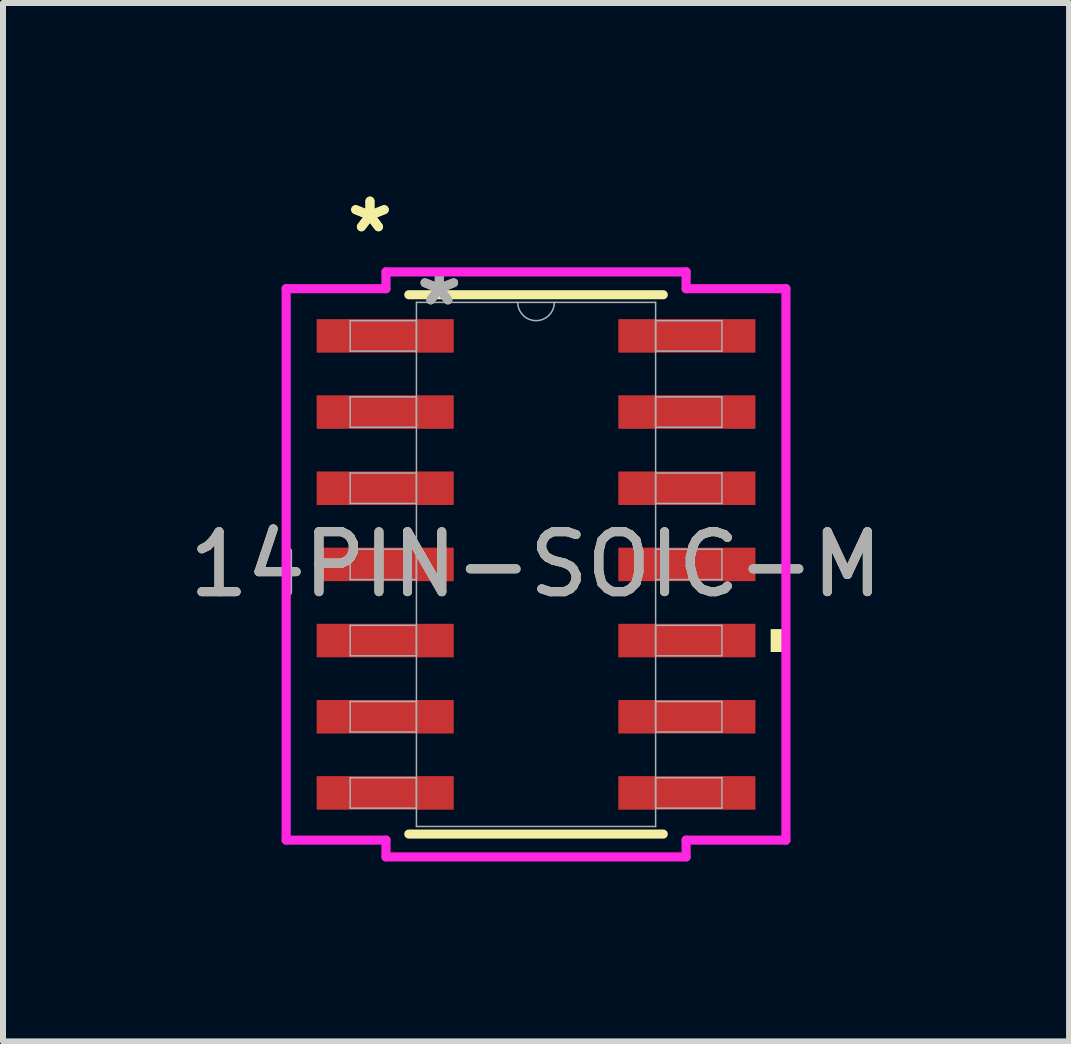
<source format=kicad_pcb>
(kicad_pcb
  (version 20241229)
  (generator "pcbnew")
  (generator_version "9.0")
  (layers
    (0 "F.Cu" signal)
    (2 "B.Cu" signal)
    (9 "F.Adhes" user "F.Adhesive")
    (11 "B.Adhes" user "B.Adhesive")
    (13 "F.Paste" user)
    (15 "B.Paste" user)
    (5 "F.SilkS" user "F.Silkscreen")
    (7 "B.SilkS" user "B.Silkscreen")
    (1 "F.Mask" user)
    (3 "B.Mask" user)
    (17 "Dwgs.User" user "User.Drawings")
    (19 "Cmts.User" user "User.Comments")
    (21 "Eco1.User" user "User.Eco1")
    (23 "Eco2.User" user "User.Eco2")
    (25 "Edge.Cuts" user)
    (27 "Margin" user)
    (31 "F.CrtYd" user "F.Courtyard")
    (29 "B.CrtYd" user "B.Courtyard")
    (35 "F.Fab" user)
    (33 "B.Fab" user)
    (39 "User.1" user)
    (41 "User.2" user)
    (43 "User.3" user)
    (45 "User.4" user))
  (footprint "14PIN-SOIC-M"
    (layer "F.Cu")
    (at 5.887 6.36)
    (property "Reference" "14PIN-SOIC-M" (at 0 0 0) (unlocked yes) (layer "F.SilkS") (effects (font (size 1 1) (thickness 0.15))))
    (attr smd)
    (fp_line (start -2.121 4.496) (end 2.121 4.496) (stroke (width 0.152) (type solid)) (layer "F.SilkS"))
    (fp_line (start 2.121 -4.496) (end -2.121 -4.496) (stroke (width 0.152) (type solid)) (layer "F.SilkS"))
    (fp_poly (pts (xy 4.166 1.079) (xy 4.166 1.46) (xy 3.912 1.46) (xy 3.912 1.079)) (stroke (width 0) (type solid)) (fill yes) (layer "F.SilkS"))
    (fp_line (start -4.166 -4.597) (end -2.502 -4.597) (stroke (width 0.152) (type solid)) (layer "F.CrtYd"))
    (fp_line (start -4.166 4.597) (end -4.166 -4.597) (stroke (width 0.152) (type solid)) (layer "F.CrtYd"))
    (fp_line (start -4.166 4.597) (end -2.502 4.597) (stroke (width 0.152) (type solid)) (layer "F.CrtYd"))
    (fp_line (start -2.502 -4.877) (end 2.502 -4.877) (stroke (width 0.152) (type solid)) (layer "F.CrtYd"))
    (fp_line (start -2.502 -4.597) (end -2.502 -4.877) (stroke (width 0.152) (type solid)) (layer "F.CrtYd"))
    (fp_line (start -2.502 4.877) (end -2.502 4.597) (stroke (width 0.152) (type solid)) (layer "F.CrtYd"))
    (fp_line (start 2.502 -4.877) (end 2.502 -4.597) (stroke (width 0.152) (type solid)) (layer "F.CrtYd"))
    (fp_line (start 2.502 4.597) (end 2.502 4.877) (stroke (width 0.152) (type solid)) (layer "F.CrtYd"))
    (fp_line (start 2.502 4.877) (end -2.502 4.877) (stroke (width 0.152) (type solid)) (layer "F.CrtYd"))
    (fp_line (start 4.166 -4.597) (end 2.502 -4.597) (stroke (width 0.152) (type solid)) (layer "F.CrtYd"))
    (fp_line (start 4.166 -4.597) (end 4.166 4.597) (stroke (width 0.152) (type solid)) (layer "F.CrtYd"))
    (fp_line (start 4.166 4.597) (end 2.502 4.597) (stroke (width 0.152) (type solid)) (layer "F.CrtYd"))
    (fp_line (start -3.099 -4.064) (end -3.099 -3.556) (stroke (width 0.025) (type solid)) (layer "F.Fab"))
    (fp_line (start -3.099 -3.556) (end -1.994 -3.556) (stroke (width 0.025) (type solid)) (layer "F.Fab"))
    (fp_line (start -3.099 -2.794) (end -3.099 -2.286) (stroke (width 0.025) (type solid)) (layer "F.Fab"))
    (fp_line (start -3.099 -2.286) (end -1.994 -2.286) (stroke (width 0.025) (type solid)) (layer "F.Fab"))
    (fp_line (start -3.099 -1.524) (end -3.099 -1.016) (stroke (width 0.025) (type solid)) (layer "F.Fab"))
    (fp_line (start -3.099 -1.016) (end -1.994 -1.016) (stroke (width 0.025) (type solid)) (layer "F.Fab"))
    (fp_line (start -3.099 -0.254) (end -3.099 0.254) (stroke (width 0.025) (type solid)) (layer "F.Fab"))
    (fp_line (start -3.099 0.254) (end -1.994 0.254) (stroke (width 0.025) (type solid)) (layer "F.Fab"))
    (fp_line (start -3.099 1.016) (end -3.099 1.524) (stroke (width 0.025) (type solid)) (layer "F.Fab"))
    (fp_line (start -3.099 1.524) (end -1.994 1.524) (stroke (width 0.025) (type solid)) (layer "F.Fab"))
    (fp_line (start -3.099 2.286) (end -3.099 2.794) (stroke (width 0.025) (type solid)) (layer "F.Fab"))
    (fp_line (start -3.099 2.794) (end -1.994 2.794) (stroke (width 0.025) (type solid)) (layer "F.Fab"))
    (fp_line (start -3.099 3.556) (end -3.099 4.064) (stroke (width 0.025) (type solid)) (layer "F.Fab"))
    (fp_line (start -3.099 4.064) (end -1.994 4.064) (stroke (width 0.025) (type solid)) (layer "F.Fab"))
    (fp_line (start -1.994 -4.369) (end -1.994 4.369) (stroke (width 0.025) (type solid)) (layer "F.Fab"))
    (fp_line (start -1.994 -4.064) (end -3.099 -4.064) (stroke (width 0.025) (type solid)) (layer "F.Fab"))
    (fp_line (start -1.994 -3.556) (end -1.994 -4.064) (stroke (width 0.025) (type solid)) (layer "F.Fab"))
    (fp_line (start -1.994 -2.794) (end -3.099 -2.794) (stroke (width 0.025) (type solid)) (layer "F.Fab"))
    (fp_line (start -1.994 -2.286) (end -1.994 -2.794) (stroke (width 0.025) (type solid)) (layer "F.Fab"))
    (fp_line (start -1.994 -1.524) (end -3.099 -1.524) (stroke (width 0.025) (type solid)) (layer "F.Fab"))
    (fp_line (start -1.994 -1.016) (end -1.994 -1.524) (stroke (width 0.025) (type solid)) (layer "F.Fab"))
    (fp_line (start -1.994 -0.254) (end -3.099 -0.254) (stroke (width 0.025) (type solid)) (layer "F.Fab"))
    (fp_line (start -1.994 0.254) (end -1.994 -0.254) (stroke (width 0.025) (type solid)) (layer "F.Fab"))
    (fp_line (start -1.994 1.016) (end -3.099 1.016) (stroke (width 0.025) (type solid)) (layer "F.Fab"))
    (fp_line (start -1.994 1.524) (end -1.994 1.016) (stroke (width 0.025) (type solid)) (layer "F.Fab"))
    (fp_line (start -1.994 2.286) (end -3.099 2.286) (stroke (width 0.025) (type solid)) (layer "F.Fab"))
    (fp_line (start -1.994 2.794) (end -1.994 2.286) (stroke (width 0.025) (type solid)) (layer "F.Fab"))
    (fp_line (start -1.994 3.556) (end -3.099 3.556) (stroke (width 0.025) (type solid)) (layer "F.Fab"))
    (fp_line (start -1.994 4.064) (end -1.994 3.556) (stroke (width 0.025) (type solid)) (layer "F.Fab"))
    (fp_line (start -1.994 4.369) (end 1.994 4.369) (stroke (width 0.025) (type solid)) (layer "F.Fab"))
    (fp_line (start 1.994 -4.369) (end -1.994 -4.369) (stroke (width 0.025) (type solid)) (layer "F.Fab"))
    (fp_line (start 1.994 -4.064) (end 1.994 -3.556) (stroke (width 0.025) (type solid)) (layer "F.Fab"))
    (fp_line (start 1.994 -3.556) (end 3.099 -3.556) (stroke (width 0.025) (type solid)) (layer "F.Fab"))
    (fp_line (start 1.994 -2.794) (end 1.994 -2.286) (stroke (width 0.025) (type solid)) (layer "F.Fab"))
    (fp_line (start 1.994 -2.286) (end 3.099 -2.286) (stroke (width 0.025) (type solid)) (layer "F.Fab"))
    (fp_line (start 1.994 -1.524) (end 1.994 -1.016) (stroke (width 0.025) (type solid)) (layer "F.Fab"))
    (fp_line (start 1.994 -1.016) (end 3.099 -1.016) (stroke (width 0.025) (type solid)) (layer "F.Fab"))
    (fp_line (start 1.994 -0.254) (end 1.994 0.254) (stroke (width 0.025) (type solid)) (layer "F.Fab"))
    (fp_line (start 1.994 0.254) (end 3.099 0.254) (stroke (width 0.025) (type solid)) (layer "F.Fab"))
    (fp_line (start 1.994 1.016) (end 1.994 1.524) (stroke (width 0.025) (type solid)) (layer "F.Fab"))
    (fp_line (start 1.994 1.524) (end 3.099 1.524) (stroke (width 0.025) (type solid)) (layer "F.Fab"))
    (fp_line (start 1.994 2.286) (end 1.994 2.794) (stroke (width 0.025) (type solid)) (layer "F.Fab"))
    (fp_line (start 1.994 2.794) (end 3.099 2.794) (stroke (width 0.025) (type solid)) (layer "F.Fab"))
    (fp_line (start 1.994 3.556) (end 1.994 4.064) (stroke (width 0.025) (type solid)) (layer "F.Fab"))
    (fp_line (start 1.994 4.064) (end 3.099 4.064) (stroke (width 0.025) (type solid)) (layer "F.Fab"))
    (fp_line (start 1.994 4.369) (end 1.994 -4.369) (stroke (width 0.025) (type solid)) (layer "F.Fab"))
    (fp_line (start 3.099 -4.064) (end 1.994 -4.064) (stroke (width 0.025) (type solid)) (layer "F.Fab"))
    (fp_line (start 3.099 -3.556) (end 3.099 -4.064) (stroke (width 0.025) (type solid)) (layer "F.Fab"))
    (fp_line (start 3.099 -2.794) (end 1.994 -2.794) (stroke (width 0.025) (type solid)) (layer "F.Fab"))
    (fp_line (start 3.099 -2.286) (end 3.099 -2.794) (stroke (width 0.025) (type solid)) (layer "F.Fab"))
    (fp_line (start 3.099 -1.524) (end 1.994 -1.524) (stroke (width 0.025) (type solid)) (layer "F.Fab"))
    (fp_line (start 3.099 -1.016) (end 3.099 -1.524) (stroke (width 0.025) (type solid)) (layer "F.Fab"))
    (fp_line (start 3.099 -0.254) (end 1.994 -0.254) (stroke (width 0.025) (type solid)) (layer "F.Fab"))
    (fp_line (start 3.099 0.254) (end 3.099 -0.254) (stroke (width 0.025) (type solid)) (layer "F.Fab"))
    (fp_line (start 3.099 1.016) (end 1.994 1.016) (stroke (width 0.025) (type solid)) (layer "F.Fab"))
    (fp_line (start 3.099 1.524) (end 3.099 1.016) (stroke (width 0.025) (type solid)) (layer "F.Fab"))
    (fp_line (start 3.099 2.286) (end 1.994 2.286) (stroke (width 0.025) (type solid)) (layer "F.Fab"))
    (fp_line (start 3.099 2.794) (end 3.099 2.286) (stroke (width 0.025) (type solid)) (layer "F.Fab"))
    (fp_line (start 3.099 3.556) (end 1.994 3.556) (stroke (width 0.025) (type solid)) (layer "F.Fab"))
    (fp_line (start 3.099 4.064) (end 3.099 3.556) (stroke (width 0.025) (type solid)) (layer "F.Fab"))
    (fp_arc (start 0.3048 -4.3688) (mid 0 -4.064) (end -0.3048 -4.3688) (stroke (width 0.0254) (type solid)) (layer "F.Fab"))
    (fp_text user "*" (at -2.769 -5.512 0) (unlocked yes) (layer "F.SilkS") (effects (font (size 1 1) (thickness 0.15))))
    (fp_text user "*" (at -2.769 -5.512 0) (layer "F.SilkS") (effects (font (size 1 1) (thickness 0.15))))
    (fp_text user "*" (at -1.613 -4.293 0) (unlocked yes) (layer "F.Fab") (effects (font (size 1 1) (thickness 0.15))))
    (fp_text user "${REFERENCE}" (at 0 0 0) (unlocked yes) (layer "F.Fab") (effects (font (size 1 1) (thickness 0.15))))
    (fp_text user "*" (at -1.613 -4.293 0) (layer "F.Fab") (effects (font (size 1 1) (thickness 0.15))))
    (pad "1" smd rect (at -2.515 -3.81) (size 2.286 0.559) (layers "F.Cu" "F.Mask" "F.Paste"))
    (pad "2" smd rect (at -2.515 -2.54) (size 2.286 0.559) (layers "F.Cu" "F.Mask" "F.Paste"))
    (pad "3" smd rect (at -2.515 -1.27) (size 2.286 0.559) (layers "F.Cu" "F.Mask" "F.Paste"))
    (pad "4" smd rect (at -2.515 0) (size 2.286 0.559) (layers "F.Cu" "F.Mask" "F.Paste"))
    (pad "5" smd rect (at -2.515 1.27) (size 2.286 0.559) (layers "F.Cu" "F.Mask" "F.Paste"))
    (pad "6" smd rect (at -2.515 2.54) (size 2.286 0.559) (layers "F.Cu" "F.Mask" "F.Paste"))
    (pad "7" smd rect (at -2.515 3.81) (size 2.286 0.559) (layers "F.Cu" "F.Mask" "F.Paste"))
    (pad "8" smd rect (at 2.515 3.81) (size 2.286 0.559) (layers "F.Cu" "F.Mask" "F.Paste"))
    (pad "9" smd rect (at 2.515 2.54) (size 2.286 0.559) (layers "F.Cu" "F.Mask" "F.Paste"))
    (pad "10" smd rect (at 2.515 1.27) (size 2.286 0.559) (layers "F.Cu" "F.Mask" "F.Paste"))
    (pad "11" smd rect (at 2.515 0) (size 2.286 0.559) (layers "F.Cu" "F.Mask" "F.Paste"))
    (pad "12" smd rect (at 2.515 -1.27) (size 2.286 0.559) (layers "F.Cu" "F.Mask" "F.Paste"))
    (pad "13" smd rect (at 2.515 -2.54) (size 2.286 0.559) (layers "F.Cu" "F.Mask" "F.Paste"))
    (pad "14" smd rect (at 2.515 -3.81) (size 2.286 0.559) (layers "F.Cu" "F.Mask" "F.Paste")))
  (gr_rect
    (start -3 -3)
    (end 14.774 14.313)
    (stroke (width 0.1) (type default))
    (fill no)
    (layer "Edge.Cuts")))
</source>
